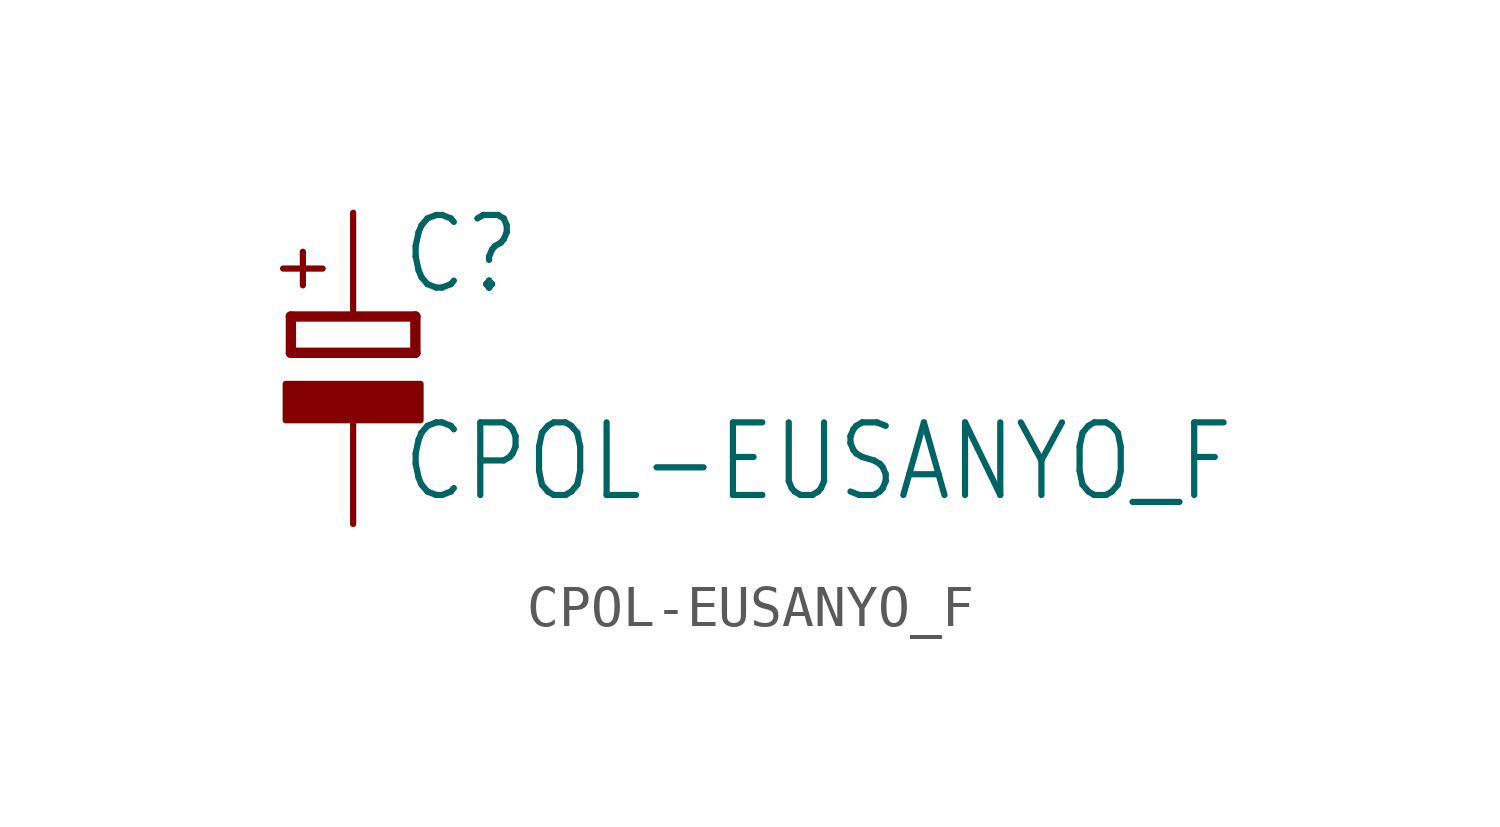
<source format=kicad_sym>
(kicad_symbol_lib
  (version 20220914)
  (generator kicad_symbol_editor)
  (symbol "CPOL-EUSANYO_F"
    (property "Reference" "C"
      (at 1.143 0.483 0)
      (effects (font (size 1.778 1.511)) (justify left bottom)))
    (property "Value" "CPOL-EUSANYO_F"
      (at 1.143 -4.597 0)
      (effects (font (size 1.778 1.511)) (justify left bottom)))
    (property "ki_locked" ""
      (at 0 0 0)
      (effects (font (size 1.27 1.27))))
    (symbol "CPOL-EUSANYO_F_1_0"
      (rectangle (start -1.651 -2.54) (end 1.651 -1.651) (stroke (width 0) (type default)) (fill (type outline)))
      (polyline (pts (xy -1.524 -0.889) (xy 1.524 -0.889)) (stroke (width 0.254) (type default)) (fill (type none)))
      (polyline (pts (xy -1.524 0) (xy -1.524 -0.889)) (stroke (width 0.254) (type default)) (fill (type none)))
      (polyline (pts (xy -1.524 0) (xy 1.524 0)) (stroke (width 0.254) (type default)) (fill (type none)))
      (polyline (pts (xy 1.524 -0.889) (xy 1.524 0)) (stroke (width 0.254) (type default)) (fill (type none)))
      (text "+" (at -0.584 0.406 900) (effects (font (size 1.27 1.079)) (justify left bottom)))
      (pin passive line (at 0 2.54 270) (length 2.54) (name "+" (effects (font (size 0 0)))) (number "+" (effects (font (size 0 0)))))
      (pin passive line (at 0 -5.08 90) (length 2.54) (name "-" (effects (font (size 0 0)))) (number "-" (effects (font (size 0 0))))))))
</source>
